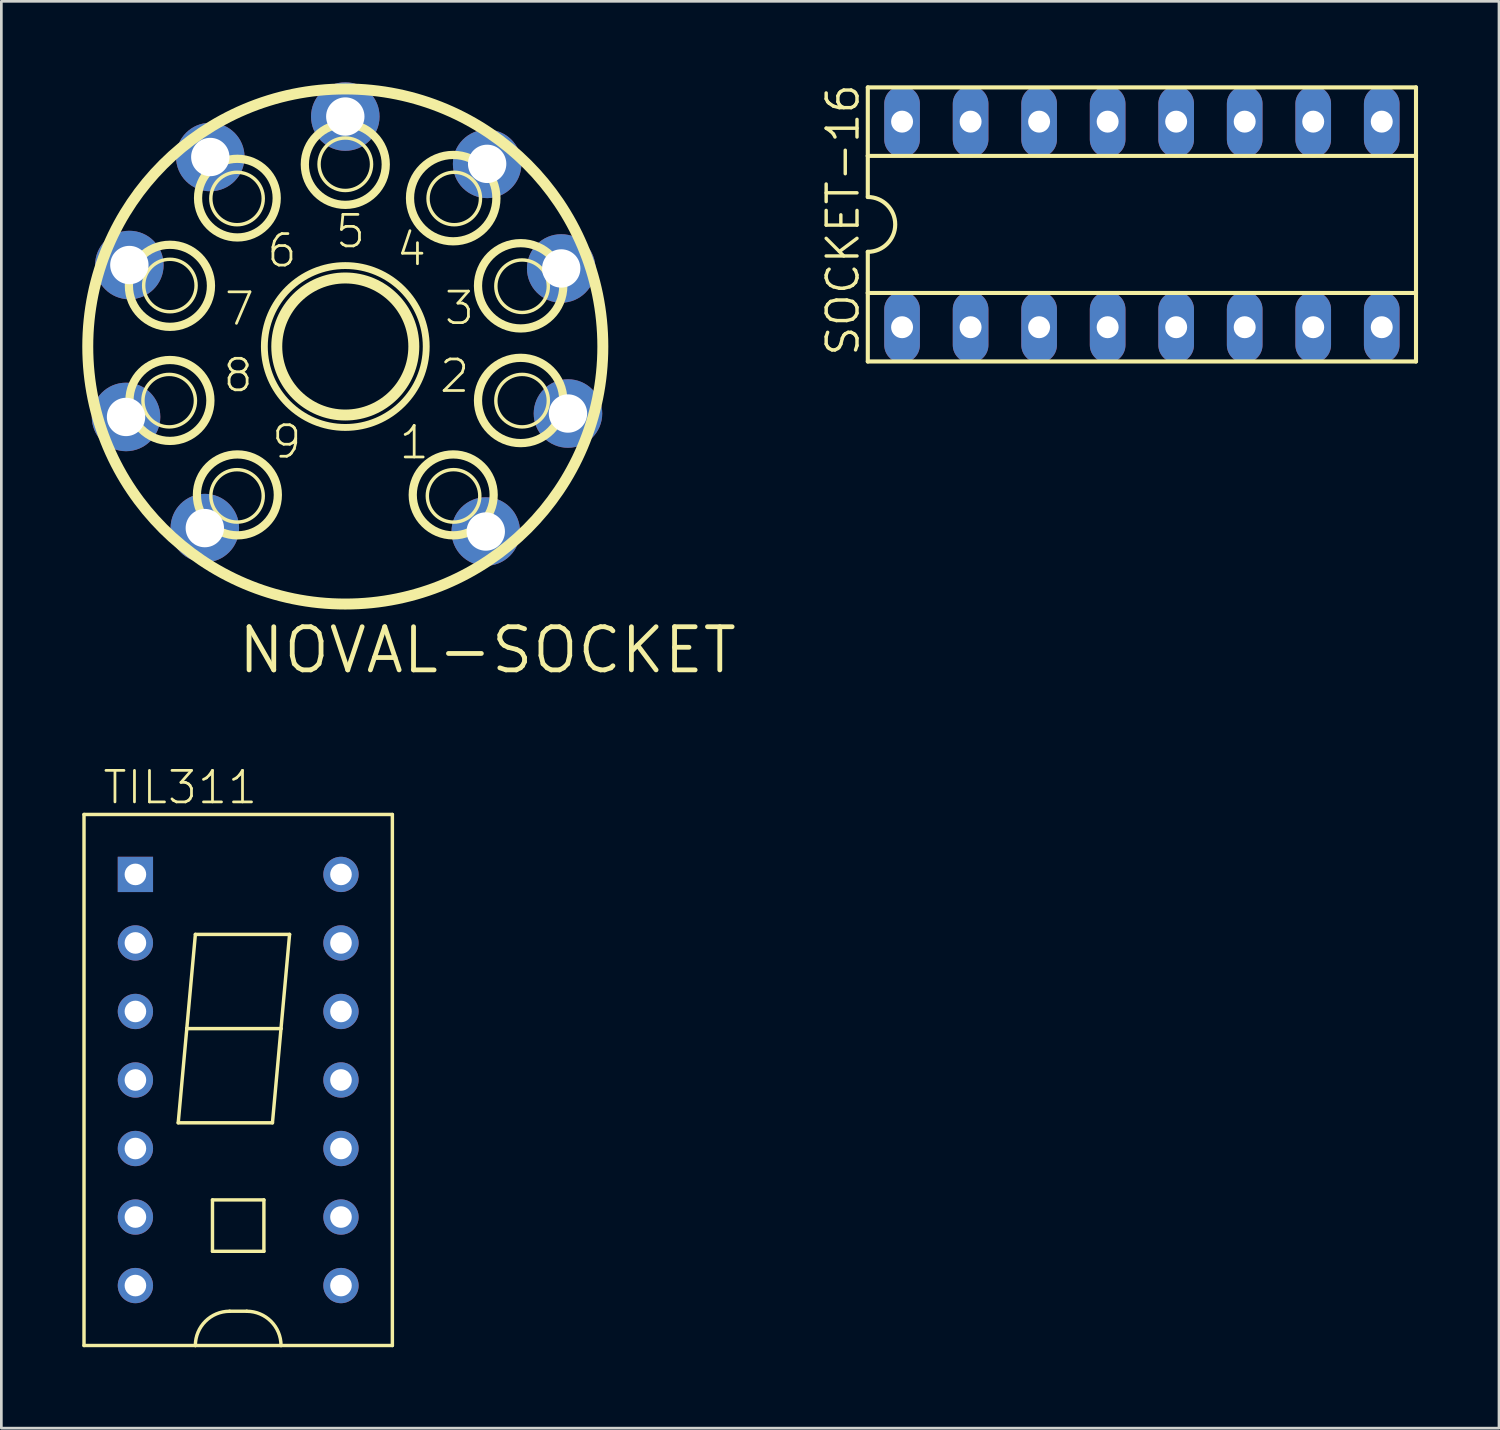
<source format=kicad_pcb>
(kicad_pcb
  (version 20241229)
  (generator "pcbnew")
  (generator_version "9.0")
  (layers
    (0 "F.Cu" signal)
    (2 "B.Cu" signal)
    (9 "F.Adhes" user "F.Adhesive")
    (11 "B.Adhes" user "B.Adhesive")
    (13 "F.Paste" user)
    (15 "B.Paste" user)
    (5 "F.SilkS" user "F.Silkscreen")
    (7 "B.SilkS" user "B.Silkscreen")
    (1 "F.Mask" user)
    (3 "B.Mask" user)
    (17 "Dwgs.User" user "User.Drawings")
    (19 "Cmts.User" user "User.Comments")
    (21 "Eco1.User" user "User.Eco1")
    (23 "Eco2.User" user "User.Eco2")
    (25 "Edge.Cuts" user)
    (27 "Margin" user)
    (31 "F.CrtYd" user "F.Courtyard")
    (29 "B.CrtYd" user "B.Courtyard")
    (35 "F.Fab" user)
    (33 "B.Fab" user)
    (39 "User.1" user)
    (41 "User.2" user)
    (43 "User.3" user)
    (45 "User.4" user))
  (footprint "TIL311"
    (layer "F.Cu")
    (at 5.779 36.982)
    (property "Reference" "TIL311" (at -5.08 -10.16 0) (layer "F.SilkS") (effects (font (size 1.168 1.168) (thickness 0.102)) (justify left bottom)))
    (fp_line (start -5.715 -9.842) (end -5.715 9.842) (stroke (width 0.127) (type solid)) (layer "F.SilkS"))
    (fp_line (start -5.715 9.842) (end -1.587 9.842) (stroke (width 0.127) (type solid)) (layer "F.SilkS"))
    (fp_line (start -2.223 1.587) (end 1.27 1.587) (stroke (width 0.127) (type solid)) (layer "F.SilkS"))
    (fp_line (start -1.905 -1.905) (end -2.223 1.587) (stroke (width 0.127) (type solid)) (layer "F.SilkS"))
    (fp_line (start -1.905 -1.905) (end 1.587 -1.905) (stroke (width 0.127) (type solid)) (layer "F.SilkS"))
    (fp_line (start -1.587 -5.397) (end -1.905 -1.905) (stroke (width 0.127) (type solid)) (layer "F.SilkS"))
    (fp_line (start -1.587 9.842) (end 1.587 9.842) (stroke (width 0.127) (type solid)) (layer "F.SilkS"))
    (fp_line (start -0.953 4.445) (end -0.953 6.35) (stroke (width 0.127) (type solid)) (layer "F.SilkS"))
    (fp_line (start -0.953 6.35) (end 0.953 6.35) (stroke (width 0.127) (type solid)) (layer "F.SilkS"))
    (fp_line (start -0.318 8.572) (end 0.318 8.572) (stroke (width 0.127) (type solid)) (layer "F.SilkS"))
    (fp_line (start 0.953 4.445) (end -0.953 4.445) (stroke (width 0.127) (type solid)) (layer "F.SilkS"))
    (fp_line (start 0.953 6.35) (end 0.953 4.445) (stroke (width 0.127) (type solid)) (layer "F.SilkS"))
    (fp_line (start 1.27 1.587) (end 1.587 -1.905) (stroke (width 0.127) (type solid)) (layer "F.SilkS"))
    (fp_line (start 1.587 -1.905) (end 1.905 -5.397) (stroke (width 0.127) (type solid)) (layer "F.SilkS"))
    (fp_line (start 1.587 9.842) (end 5.715 9.842) (stroke (width 0.127) (type solid)) (layer "F.SilkS"))
    (fp_line (start 1.905 -5.397) (end -1.587 -5.397) (stroke (width 0.127) (type solid)) (layer "F.SilkS"))
    (fp_line (start 5.715 -9.842) (end -5.715 -9.842) (stroke (width 0.127) (type solid)) (layer "F.SilkS"))
    (fp_line (start 5.715 9.842) (end 5.715 -9.842) (stroke (width 0.127) (type solid)) (layer "F.SilkS"))
    (fp_arc (start -1.5875 9.8425) (mid -1.215525 8.944474) (end -0.317499 8.572499) (stroke (width 0.127) (type solid)) (layer "F.SilkS"))
    (fp_arc (start 0.3175 8.5725) (mid 1.215525 8.944475) (end 1.587499 9.842501) (stroke (width 0.127) (type solid)) (layer "F.SilkS"))
    (pad "1" thru_hole rect (at -3.81 -7.62) (size 1.308 1.308) (drill 0.8) (layers "*.Cu" "*.Mask"))
    (pad "2" thru_hole circle (at -3.81 -5.08) (size 1.308 1.308) (drill 0.8) (layers "*.Cu" "*.Mask"))
    (pad "3" thru_hole circle (at -3.81 -2.54) (size 1.308 1.308) (drill 0.8) (layers "*.Cu" "*.Mask"))
    (pad "4" thru_hole circle (at -3.81 0) (size 1.308 1.308) (drill 0.8) (layers "*.Cu" "*.Mask"))
    (pad "5" thru_hole circle (at -3.81 2.54) (size 1.308 1.308) (drill 0.8) (layers "*.Cu" "*.Mask"))
    (pad "6" thru_hole circle (at -3.81 5.08) (size 1.308 1.308) (drill 0.8) (layers "*.Cu" "*.Mask"))
    (pad "7" thru_hole circle (at -3.81 7.62) (size 1.308 1.308) (drill 0.8) (layers "*.Cu" "*.Mask"))
    (pad "8" thru_hole circle (at 3.81 7.62) (size 1.308 1.308) (drill 0.8) (layers "*.Cu" "*.Mask"))
    (pad "9" thru_hole circle (at 3.81 5.08) (size 1.308 1.308) (drill 0.8) (layers "*.Cu" "*.Mask"))
    (pad "10" thru_hole circle (at 3.81 2.54) (size 1.308 1.308) (drill 0.8) (layers "*.Cu" "*.Mask"))
    (pad "11" thru_hole circle (at 3.81 0) (size 1.308 1.308) (drill 0.8) (layers "*.Cu" "*.Mask"))
    (pad "12" thru_hole circle (at 3.81 -2.54) (size 1.308 1.308) (drill 0.8) (layers "*.Cu" "*.Mask"))
    (pad "13" thru_hole circle (at 3.81 -5.08) (size 1.308 1.308) (drill 0.8) (layers "*.Cu" "*.Mask"))
    (pad "14" thru_hole circle (at 3.81 -7.62) (size 1.308 1.308) (drill 0.8) (layers "*.Cu" "*.Mask")))
  (footprint "NOVAL-SOCKET"
    (layer "F.Cu")
    (at 9.749 9.794)
    (property "Reference" "NOVAL-SOCKET" (at -4.064 12.192 0) (layer "F.SilkS") (effects (font (size 1.6 1.6) (thickness 0.178)) (justify left bottom)))
    (fp_circle (center -6.528 2.007) (end -5.555 2.007) (stroke (width 0.127) (type solid)) (fill no) (layer "F.SilkS"))
    (fp_circle (center -6.502 -2.261) (end -5.53 -2.261) (stroke (width 0.127) (type solid)) (fill no) (layer "F.SilkS"))
    (fp_circle (center -6.5 -2.25) (end -4.979 -2.25) (stroke (width 0.305) (type solid)) (fill no) (layer "F.SilkS"))
    (fp_circle (center -6.5 2) (end -5 2) (stroke (width 0.305) (type solid)) (fill no) (layer "F.SilkS"))
    (fp_circle (center -4.013 -5.486) (end -3.041 -5.486) (stroke (width 0.127) (type solid)) (fill no) (layer "F.SilkS"))
    (fp_circle (center -4.013 5.537) (end -3.041 5.537) (stroke (width 0.127) (type solid)) (fill no) (layer "F.SilkS"))
    (fp_circle (center -4 -5.5) (end -2.542 -5.5) (stroke (width 0.305) (type solid)) (fill no) (layer "F.SilkS"))
    (fp_circle (center -4 5.5) (end -2.5 5.5) (stroke (width 0.305) (type solid)) (fill no) (layer "F.SilkS"))
    (fp_circle (center 0 -6.756) (end 0.973 -6.756) (stroke (width 0.127) (type solid)) (fill no) (layer "F.SilkS"))
    (fp_circle (center 0 -6.75) (end 1.5 -6.75) (stroke (width 0.305) (type solid)) (fill no) (layer "F.SilkS"))
    (fp_circle (center 0 0) (end 2.54 0) (stroke (width 0.406) (type solid)) (fill no) (layer "F.SilkS"))
    (fp_circle (center 0 0) (end 3 0) (stroke (width 0.254) (type solid)) (fill no) (layer "F.SilkS"))
    (fp_circle (center 0 0) (end 9.546 0) (stroke (width 0.406) (type solid)) (fill no) (layer "F.SilkS"))
    (fp_circle (center 4 -5.5) (end 5.601 -5.5) (stroke (width 0.305) (type solid)) (fill no) (layer "F.SilkS"))
    (fp_circle (center 4 5.5) (end 5.5 5.5) (stroke (width 0.305) (type solid)) (fill no) (layer "F.SilkS"))
    (fp_circle (center 4.013 5.537) (end 4.986 5.537) (stroke (width 0.127) (type solid)) (fill no) (layer "F.SilkS"))
    (fp_circle (center 4.039 -5.486) (end 5.011 -5.486) (stroke (width 0.127) (type solid)) (fill no) (layer "F.SilkS"))
    (fp_circle (center 6.5 -2.25) (end 8.081 -2.25) (stroke (width 0.305) (type solid)) (fill no) (layer "F.SilkS"))
    (fp_circle (center 6.5 2) (end 8.081 2) (stroke (width 0.305) (type solid)) (fill no) (layer "F.SilkS"))
    (fp_circle (center 6.553 -2.235) (end 7.526 -2.235) (stroke (width 0.127) (type solid)) (fill no) (layer "F.SilkS"))
    (fp_circle (center 6.553 2.007) (end 7.526 2.007) (stroke (width 0.127) (type solid)) (fill no) (layer "F.SilkS"))
    (fp_text user "9" (at -2.794 4.216 0) (layer "F.SilkS") (effects (font (size 1.168 1.168) (thickness 0.102)) (justify left bottom)))
    (fp_text user "8" (at -4.597 1.753 0) (layer "F.SilkS") (effects (font (size 1.168 1.168) (thickness 0.102)) (justify left bottom)))
    (fp_text user "7" (at -4.547 -0.711 0) (layer "F.SilkS") (effects (font (size 1.168 1.168) (thickness 0.102)) (justify left bottom)))
    (fp_text user "6" (at -2.972 -2.87 0) (layer "F.SilkS") (effects (font (size 1.168 1.168) (thickness 0.102)) (justify left bottom)))
    (fp_text user "5" (at -0.432 -3.581 0) (layer "F.SilkS") (effects (font (size 1.168 1.168) (thickness 0.102)) (justify left bottom)))
    (fp_text user "1" (at 1.93 4.242 0) (layer "F.SilkS") (effects (font (size 1.168 1.168) (thickness 0.102)) (justify left bottom)))
    (fp_text user "4" (at 1.829 -2.921 0) (layer "F.SilkS") (effects (font (size 1.168 1.168) (thickness 0.102)) (justify left bottom)))
    (fp_text user "3" (at 3.607 -0.737 0) (layer "F.SilkS") (effects (font (size 1.168 1.168) (thickness 0.102)) (justify left bottom)))
    (fp_text user "2" (at 3.429 1.778 0) (layer "F.SilkS") (effects (font (size 1.168 1.168) (thickness 0.102)) (justify left bottom)))
    (pad "1" thru_hole circle (at 5.207 6.858) (size 2.54 2.54) (drill 1.422) (layers "*.Cu" "*.Mask"))
    (pad "2" thru_hole circle (at 8.254 2.484) (size 2.54 2.54) (drill 1.422) (layers "*.Cu" "*.Mask"))
    (pad "3" thru_hole circle (at 8.004 -2.893) (size 2.54 2.54) (drill 1.422) (layers "*.Cu" "*.Mask"))
    (pad "4" thru_hole circle (at 5.258 -6.77) (size 2.54 2.54) (drill 1.422) (layers "*.Cu" "*.Mask"))
    (pad "5" thru_hole circle (at 0 -8.524) (size 2.54 2.54) (drill 1.422) (layers "*.Cu" "*.Mask"))
    (pad "6" thru_hole circle (at -5.004 -7.024) (size 2.54 2.54) (drill 1.422) (layers "*.Cu" "*.Mask"))
    (pad "7" thru_hole circle (at -8.004 -3.02) (size 2.54 2.54) (drill 1.422) (layers "*.Cu" "*.Mask"))
    (pad "8" thru_hole circle (at -8.127 2.611) (size 2.54 2.54) (drill 1.422) (layers "*.Cu" "*.Mask"))
    (pad "9" thru_hole circle (at -5.207 6.731) (size 2.54 2.54) (drill 1.422) (layers "*.Cu" "*.Mask")))
  (footprint "SOCKET-16"
    (layer "F.Cu")
    (at 39.277 5.269)
    (property "Reference" "SOCKET-16" (at -10.414 4.953 90) (layer "F.SilkS") (effects (font (size 1.143 1.143) (thickness 0.127)) (justify left bottom)))
    (fp_line (start -10.16 -5.08) (end -10.16 -2.54) (stroke (width 0.152) (type solid)) (layer "F.SilkS"))
    (fp_line (start -10.16 -2.54) (end -10.16 -1.016) (stroke (width 0.152) (type solid)) (layer "F.SilkS"))
    (fp_line (start -10.16 -2.54) (end 10.16 -2.54) (stroke (width 0.152) (type solid)) (layer "F.SilkS"))
    (fp_line (start -10.16 2.54) (end -10.16 1.016) (stroke (width 0.152) (type solid)) (layer "F.SilkS"))
    (fp_line (start -10.16 2.54) (end 10.16 2.54) (stroke (width 0.152) (type solid)) (layer "F.SilkS"))
    (fp_line (start -10.16 5.08) (end -10.16 2.54) (stroke (width 0.152) (type solid)) (layer "F.SilkS"))
    (fp_line (start -10.16 5.08) (end 10.16 5.08) (stroke (width 0.152) (type solid)) (layer "F.SilkS"))
    (fp_line (start 10.16 -5.08) (end -10.16 -5.08) (stroke (width 0.152) (type solid)) (layer "F.SilkS"))
    (fp_line (start 10.16 -5.08) (end 10.16 -2.54) (stroke (width 0.152) (type solid)) (layer "F.SilkS"))
    (fp_line (start 10.16 -2.54) (end 10.16 2.54) (stroke (width 0.152) (type solid)) (layer "F.SilkS"))
    (fp_line (start 10.16 2.54) (end 10.16 5.08) (stroke (width 0.152) (type solid)) (layer "F.SilkS"))
    (fp_arc (start -10.16 -1.016) (mid -9.144 0) (end -10.16 1.016) (stroke (width 0.1524) (type solid)) (layer "F.SilkS"))
    (pad "1" thru_hole oval (at -8.89 3.81 90) (size 2.642 1.321) (drill 0.813) (layers "*.Cu" "*.Mask"))
    (pad "2" thru_hole oval (at -6.35 3.81 90) (size 2.642 1.321) (drill 0.813) (layers "*.Cu" "*.Mask"))
    (pad "3" thru_hole oval (at -3.81 3.81 90) (size 2.642 1.321) (drill 0.813) (layers "*.Cu" "*.Mask"))
    (pad "4" thru_hole oval (at -1.27 3.81 90) (size 2.642 1.321) (drill 0.813) (layers "*.Cu" "*.Mask"))
    (pad "5" thru_hole oval (at 1.27 3.81 90) (size 2.642 1.321) (drill 0.813) (layers "*.Cu" "*.Mask"))
    (pad "6" thru_hole oval (at 3.81 3.81 90) (size 2.642 1.321) (drill 0.813) (layers "*.Cu" "*.Mask"))
    (pad "7" thru_hole oval (at 6.35 3.81 90) (size 2.642 1.321) (drill 0.813) (layers "*.Cu" "*.Mask"))
    (pad "8" thru_hole oval (at 8.89 3.81 90) (size 2.642 1.321) (drill 0.813) (layers "*.Cu" "*.Mask"))
    (pad "9" thru_hole oval (at 8.89 -3.81 90) (size 2.642 1.321) (drill 0.813) (layers "*.Cu" "*.Mask"))
    (pad "10" thru_hole oval (at 6.35 -3.81 90) (size 2.642 1.321) (drill 0.813) (layers "*.Cu" "*.Mask"))
    (pad "11" thru_hole oval (at 3.81 -3.81 90) (size 2.642 1.321) (drill 0.813) (layers "*.Cu" "*.Mask"))
    (pad "12" thru_hole oval (at 1.27 -3.81 90) (size 2.642 1.321) (drill 0.813) (layers "*.Cu" "*.Mask"))
    (pad "13" thru_hole oval (at -1.27 -3.81 90) (size 2.642 1.321) (drill 0.813) (layers "*.Cu" "*.Mask"))
    (pad "14" thru_hole oval (at -3.81 -3.81 90) (size 2.642 1.321) (drill 0.813) (layers "*.Cu" "*.Mask"))
    (pad "15" thru_hole oval (at -6.35 -3.81 90) (size 2.642 1.321) (drill 0.813) (layers "*.Cu" "*.Mask"))
    (pad "16" thru_hole oval (at -8.89 -3.81 90) (size 2.642 1.321) (drill 0.813) (layers "*.Cu" "*.Mask")))
  (gr_rect
    (start -3 -3)
    (end 52.513 49.888)
    (stroke (width 0.1) (type default))
    (fill no)
    (layer "Edge.Cuts")))
</source>
